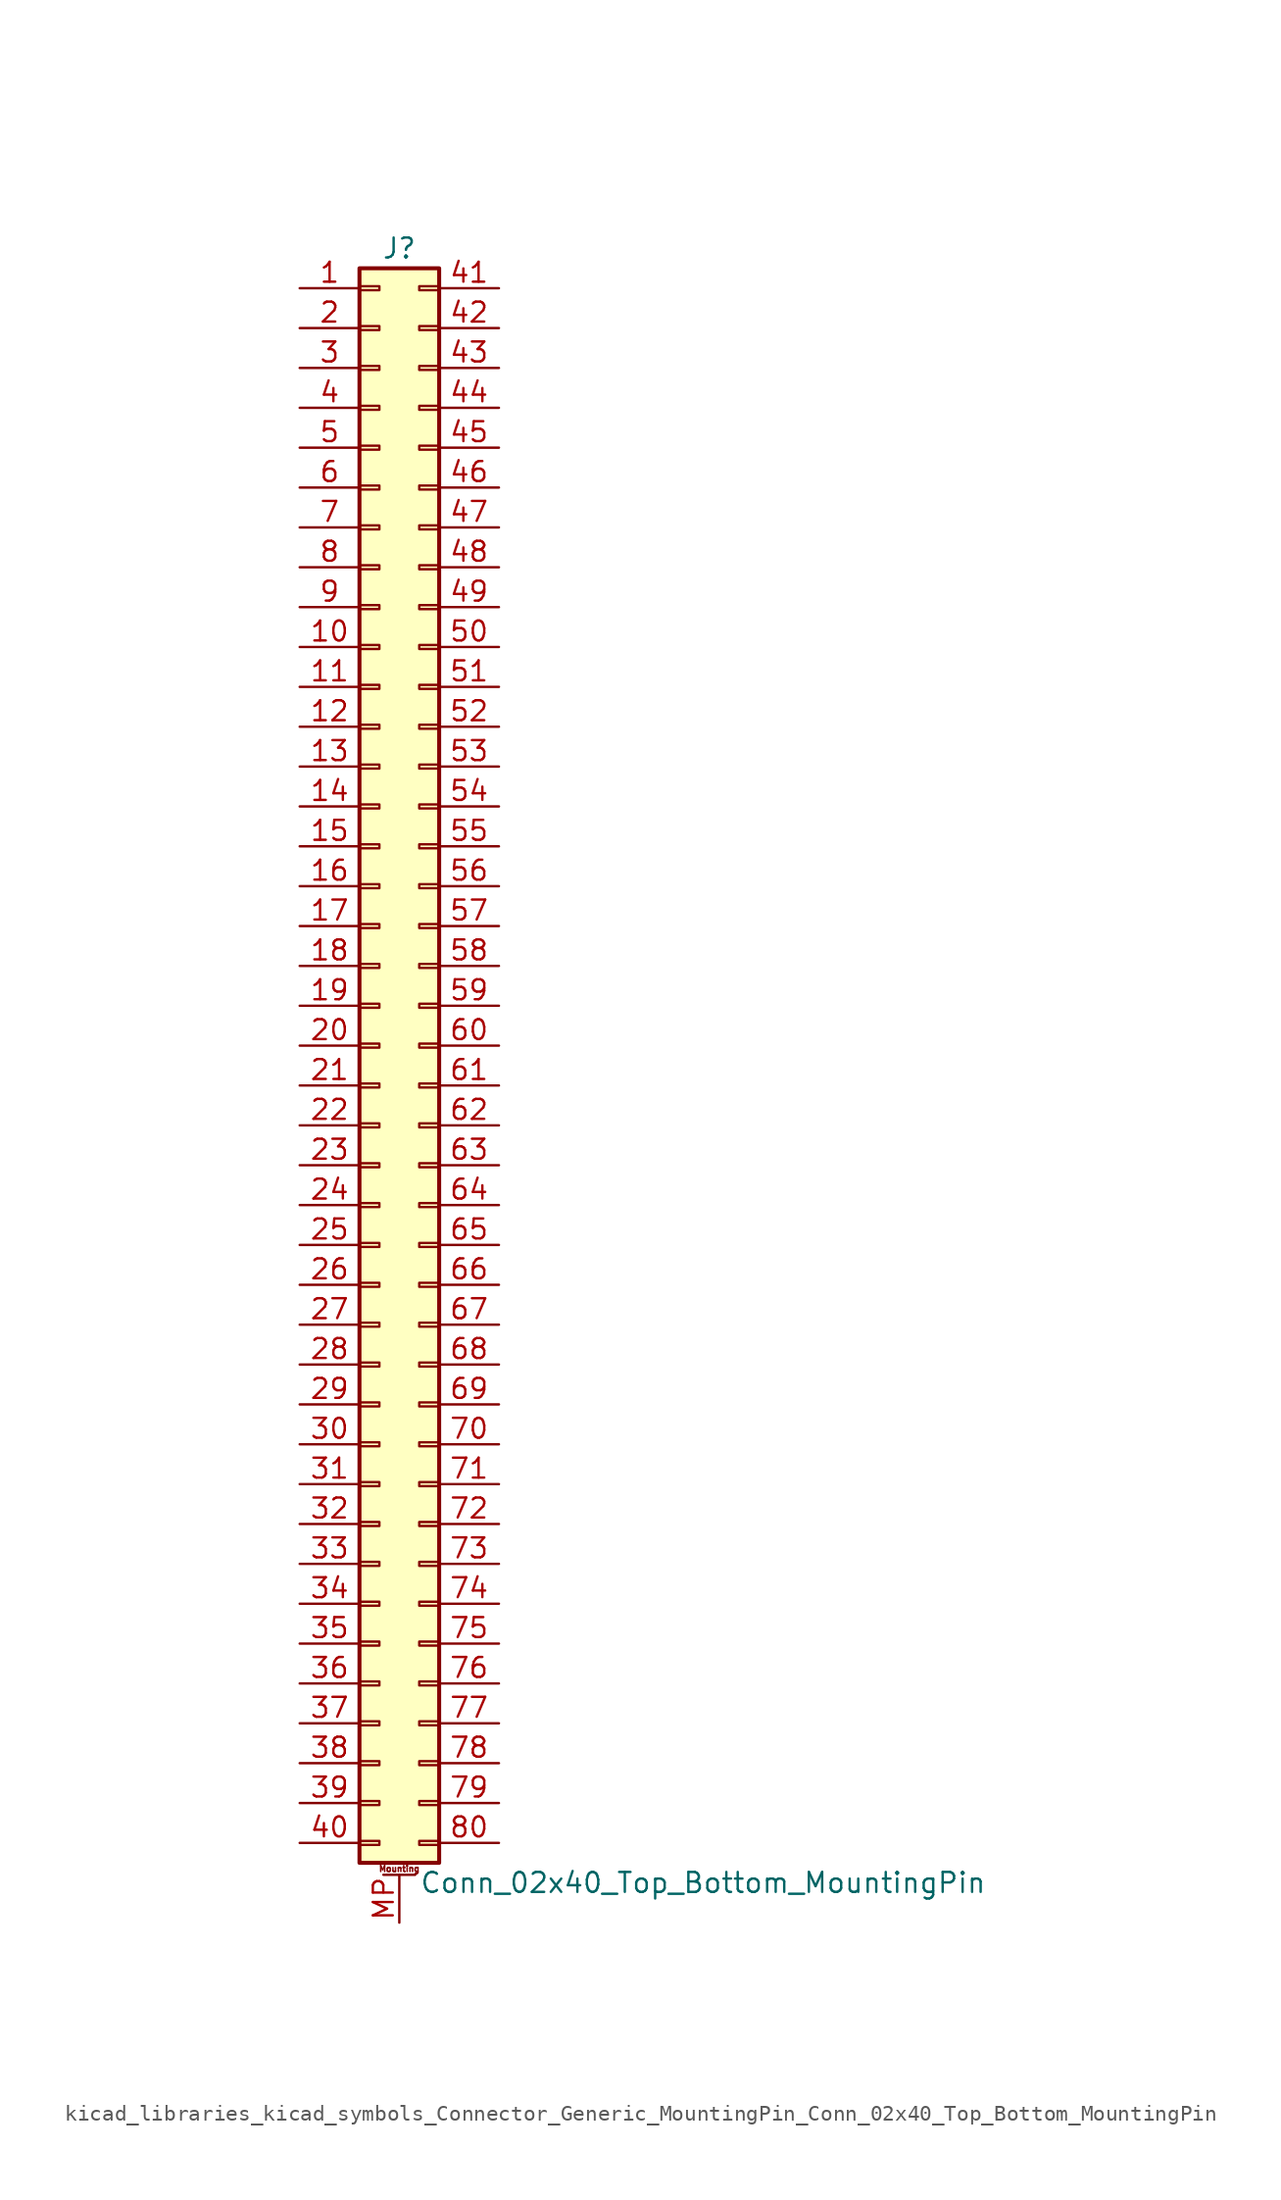
<source format=kicad_sym>
(kicad_symbol_lib
  (version 20220914)
  (generator kicad_symbol_editor)
  (symbol "kicad_libraries_kicad_symbols_Connector_Generic_MountingPin_Conn_02x40_Top_Bottom_MountingPin"
    (pin_names
      (offset 1.016) hide)
    (property "Reference" "J"
      (at 1.27 50.8 0)
      (effects (font (size 1.27 1.27))))
    (property "Value" "Conn_02x40_Top_Bottom_MountingPin"
      (at 2.54 -53.34 0)
      (effects (font (size 1.27 1.27)) (justify left)))
    (symbol "kicad_libraries_kicad_symbols_Connector_Generic_MountingPin_Conn_02x40_Top_Bottom_MountingPin_1_1"
      (rectangle (start -1.27 -50.673) (end 0 -50.927) (stroke (width 0.152) (type default)) (fill (type none)))
      (rectangle (start -1.27 -48.133) (end 0 -48.387) (stroke (width 0.152) (type default)) (fill (type none)))
      (rectangle (start -1.27 -45.593) (end 0 -45.847) (stroke (width 0.152) (type default)) (fill (type none)))
      (rectangle (start -1.27 -43.053) (end 0 -43.307) (stroke (width 0.152) (type default)) (fill (type none)))
      (rectangle (start -1.27 -40.513) (end 0 -40.767) (stroke (width 0.152) (type default)) (fill (type none)))
      (rectangle (start -1.27 -37.973) (end 0 -38.227) (stroke (width 0.152) (type default)) (fill (type none)))
      (rectangle (start -1.27 -35.433) (end 0 -35.687) (stroke (width 0.152) (type default)) (fill (type none)))
      (rectangle (start -1.27 -32.893) (end 0 -33.147) (stroke (width 0.152) (type default)) (fill (type none)))
      (rectangle (start -1.27 -30.353) (end 0 -30.607) (stroke (width 0.152) (type default)) (fill (type none)))
      (rectangle (start -1.27 -27.813) (end 0 -28.067) (stroke (width 0.152) (type default)) (fill (type none)))
      (rectangle (start -1.27 -25.273) (end 0 -25.527) (stroke (width 0.152) (type default)) (fill (type none)))
      (rectangle (start -1.27 -22.733) (end 0 -22.987) (stroke (width 0.152) (type default)) (fill (type none)))
      (rectangle (start -1.27 -20.193) (end 0 -20.447) (stroke (width 0.152) (type default)) (fill (type none)))
      (rectangle (start -1.27 -17.653) (end 0 -17.907) (stroke (width 0.152) (type default)) (fill (type none)))
      (rectangle (start -1.27 -15.113) (end 0 -15.367) (stroke (width 0.152) (type default)) (fill (type none)))
      (rectangle (start -1.27 -12.573) (end 0 -12.827) (stroke (width 0.152) (type default)) (fill (type none)))
      (rectangle (start -1.27 -10.033) (end 0 -10.287) (stroke (width 0.152) (type default)) (fill (type none)))
      (rectangle (start -1.27 -7.493) (end 0 -7.747) (stroke (width 0.152) (type default)) (fill (type none)))
      (rectangle (start -1.27 -4.953) (end 0 -5.207) (stroke (width 0.152) (type default)) (fill (type none)))
      (rectangle (start -1.27 -2.413) (end 0 -2.667) (stroke (width 0.152) (type default)) (fill (type none)))
      (rectangle (start -1.27 0.127) (end 0 -0.127) (stroke (width 0.152) (type default)) (fill (type none)))
      (rectangle (start -1.27 2.667) (end 0 2.413) (stroke (width 0.152) (type default)) (fill (type none)))
      (rectangle (start -1.27 5.207) (end 0 4.953) (stroke (width 0.152) (type default)) (fill (type none)))
      (rectangle (start -1.27 7.747) (end 0 7.493) (stroke (width 0.152) (type default)) (fill (type none)))
      (rectangle (start -1.27 10.287) (end 0 10.033) (stroke (width 0.152) (type default)) (fill (type none)))
      (rectangle (start -1.27 12.827) (end 0 12.573) (stroke (width 0.152) (type default)) (fill (type none)))
      (rectangle (start -1.27 15.367) (end 0 15.113) (stroke (width 0.152) (type default)) (fill (type none)))
      (rectangle (start -1.27 17.907) (end 0 17.653) (stroke (width 0.152) (type default)) (fill (type none)))
      (rectangle (start -1.27 20.447) (end 0 20.193) (stroke (width 0.152) (type default)) (fill (type none)))
      (rectangle (start -1.27 22.987) (end 0 22.733) (stroke (width 0.152) (type default)) (fill (type none)))
      (rectangle (start -1.27 25.527) (end 0 25.273) (stroke (width 0.152) (type default)) (fill (type none)))
      (rectangle (start -1.27 28.067) (end 0 27.813) (stroke (width 0.152) (type default)) (fill (type none)))
      (rectangle (start -1.27 30.607) (end 0 30.353) (stroke (width 0.152) (type default)) (fill (type none)))
      (rectangle (start -1.27 33.147) (end 0 32.893) (stroke (width 0.152) (type default)) (fill (type none)))
      (rectangle (start -1.27 35.687) (end 0 35.433) (stroke (width 0.152) (type default)) (fill (type none)))
      (rectangle (start -1.27 38.227) (end 0 37.973) (stroke (width 0.152) (type default)) (fill (type none)))
      (rectangle (start -1.27 40.767) (end 0 40.513) (stroke (width 0.152) (type default)) (fill (type none)))
      (rectangle (start -1.27 43.307) (end 0 43.053) (stroke (width 0.152) (type default)) (fill (type none)))
      (rectangle (start -1.27 45.847) (end 0 45.593) (stroke (width 0.152) (type default)) (fill (type none)))
      (rectangle (start -1.27 48.387) (end 0 48.133) (stroke (width 0.152) (type default)) (fill (type none)))
      (rectangle (start -1.27 49.53) (end 3.81 -52.07) (stroke (width 0.254) (type default)) (fill (type background)))
      (polyline (pts (xy 0.254 -52.832) (xy 2.286 -52.832)) (stroke (width 0.152) (type default)) (fill (type none)))
      (rectangle (start 3.81 -50.673) (end 2.54 -50.927) (stroke (width 0.152) (type default)) (fill (type none)))
      (rectangle (start 3.81 -48.133) (end 2.54 -48.387) (stroke (width 0.152) (type default)) (fill (type none)))
      (rectangle (start 3.81 -45.593) (end 2.54 -45.847) (stroke (width 0.152) (type default)) (fill (type none)))
      (rectangle (start 3.81 -43.053) (end 2.54 -43.307) (stroke (width 0.152) (type default)) (fill (type none)))
      (rectangle (start 3.81 -40.513) (end 2.54 -40.767) (stroke (width 0.152) (type default)) (fill (type none)))
      (rectangle (start 3.81 -37.973) (end 2.54 -38.227) (stroke (width 0.152) (type default)) (fill (type none)))
      (rectangle (start 3.81 -35.433) (end 2.54 -35.687) (stroke (width 0.152) (type default)) (fill (type none)))
      (rectangle (start 3.81 -32.893) (end 2.54 -33.147) (stroke (width 0.152) (type default)) (fill (type none)))
      (rectangle (start 3.81 -30.353) (end 2.54 -30.607) (stroke (width 0.152) (type default)) (fill (type none)))
      (rectangle (start 3.81 -27.813) (end 2.54 -28.067) (stroke (width 0.152) (type default)) (fill (type none)))
      (rectangle (start 3.81 -25.273) (end 2.54 -25.527) (stroke (width 0.152) (type default)) (fill (type none)))
      (rectangle (start 3.81 -22.733) (end 2.54 -22.987) (stroke (width 0.152) (type default)) (fill (type none)))
      (rectangle (start 3.81 -20.193) (end 2.54 -20.447) (stroke (width 0.152) (type default)) (fill (type none)))
      (rectangle (start 3.81 -17.653) (end 2.54 -17.907) (stroke (width 0.152) (type default)) (fill (type none)))
      (rectangle (start 3.81 -15.113) (end 2.54 -15.367) (stroke (width 0.152) (type default)) (fill (type none)))
      (rectangle (start 3.81 -12.573) (end 2.54 -12.827) (stroke (width 0.152) (type default)) (fill (type none)))
      (rectangle (start 3.81 -10.033) (end 2.54 -10.287) (stroke (width 0.152) (type default)) (fill (type none)))
      (rectangle (start 3.81 -7.493) (end 2.54 -7.747) (stroke (width 0.152) (type default)) (fill (type none)))
      (rectangle (start 3.81 -4.953) (end 2.54 -5.207) (stroke (width 0.152) (type default)) (fill (type none)))
      (rectangle (start 3.81 -2.413) (end 2.54 -2.667) (stroke (width 0.152) (type default)) (fill (type none)))
      (rectangle (start 3.81 0.127) (end 2.54 -0.127) (stroke (width 0.152) (type default)) (fill (type none)))
      (rectangle (start 3.81 2.667) (end 2.54 2.413) (stroke (width 0.152) (type default)) (fill (type none)))
      (rectangle (start 3.81 5.207) (end 2.54 4.953) (stroke (width 0.152) (type default)) (fill (type none)))
      (rectangle (start 3.81 7.747) (end 2.54 7.493) (stroke (width 0.152) (type default)) (fill (type none)))
      (rectangle (start 3.81 10.287) (end 2.54 10.033) (stroke (width 0.152) (type default)) (fill (type none)))
      (rectangle (start 3.81 12.827) (end 2.54 12.573) (stroke (width 0.152) (type default)) (fill (type none)))
      (rectangle (start 3.81 15.367) (end 2.54 15.113) (stroke (width 0.152) (type default)) (fill (type none)))
      (rectangle (start 3.81 17.907) (end 2.54 17.653) (stroke (width 0.152) (type default)) (fill (type none)))
      (rectangle (start 3.81 20.447) (end 2.54 20.193) (stroke (width 0.152) (type default)) (fill (type none)))
      (rectangle (start 3.81 22.987) (end 2.54 22.733) (stroke (width 0.152) (type default)) (fill (type none)))
      (rectangle (start 3.81 25.527) (end 2.54 25.273) (stroke (width 0.152) (type default)) (fill (type none)))
      (rectangle (start 3.81 28.067) (end 2.54 27.813) (stroke (width 0.152) (type default)) (fill (type none)))
      (rectangle (start 3.81 30.607) (end 2.54 30.353) (stroke (width 0.152) (type default)) (fill (type none)))
      (rectangle (start 3.81 33.147) (end 2.54 32.893) (stroke (width 0.152) (type default)) (fill (type none)))
      (rectangle (start 3.81 35.687) (end 2.54 35.433) (stroke (width 0.152) (type default)) (fill (type none)))
      (rectangle (start 3.81 38.227) (end 2.54 37.973) (stroke (width 0.152) (type default)) (fill (type none)))
      (rectangle (start 3.81 40.767) (end 2.54 40.513) (stroke (width 0.152) (type default)) (fill (type none)))
      (rectangle (start 3.81 43.307) (end 2.54 43.053) (stroke (width 0.152) (type default)) (fill (type none)))
      (rectangle (start 3.81 45.847) (end 2.54 45.593) (stroke (width 0.152) (type default)) (fill (type none)))
      (rectangle (start 3.81 48.387) (end 2.54 48.133) (stroke (width 0.152) (type default)) (fill (type none)))
      (text "Mounting" (at 1.27 -52.451 0) (effects (font (size 0.381 0.381))))
      (pin passive line (at -5.08 48.26 0) (length 3.81) (name "Pin_1" (effects (font (size 1.27 1.27)))) (number "1" (effects (font (size 1.27 1.27)))))
      (pin passive line (at -5.08 25.4 0) (length 3.81) (name "Pin_10" (effects (font (size 1.27 1.27)))) (number "10" (effects (font (size 1.27 1.27)))))
      (pin passive line (at -5.08 22.86 0) (length 3.81) (name "Pin_11" (effects (font (size 1.27 1.27)))) (number "11" (effects (font (size 1.27 1.27)))))
      (pin passive line (at -5.08 20.32 0) (length 3.81) (name "Pin_12" (effects (font (size 1.27 1.27)))) (number "12" (effects (font (size 1.27 1.27)))))
      (pin passive line (at -5.08 17.78 0) (length 3.81) (name "Pin_13" (effects (font (size 1.27 1.27)))) (number "13" (effects (font (size 1.27 1.27)))))
      (pin passive line (at -5.08 15.24 0) (length 3.81) (name "Pin_14" (effects (font (size 1.27 1.27)))) (number "14" (effects (font (size 1.27 1.27)))))
      (pin passive line (at -5.08 12.7 0) (length 3.81) (name "Pin_15" (effects (font (size 1.27 1.27)))) (number "15" (effects (font (size 1.27 1.27)))))
      (pin passive line (at -5.08 10.16 0) (length 3.81) (name "Pin_16" (effects (font (size 1.27 1.27)))) (number "16" (effects (font (size 1.27 1.27)))))
      (pin passive line (at -5.08 7.62 0) (length 3.81) (name "Pin_17" (effects (font (size 1.27 1.27)))) (number "17" (effects (font (size 1.27 1.27)))))
      (pin passive line (at -5.08 5.08 0) (length 3.81) (name "Pin_18" (effects (font (size 1.27 1.27)))) (number "18" (effects (font (size 1.27 1.27)))))
      (pin passive line (at -5.08 2.54 0) (length 3.81) (name "Pin_19" (effects (font (size 1.27 1.27)))) (number "19" (effects (font (size 1.27 1.27)))))
      (pin passive line (at -5.08 45.72 0) (length 3.81) (name "Pin_2" (effects (font (size 1.27 1.27)))) (number "2" (effects (font (size 1.27 1.27)))))
      (pin passive line (at -5.08 0 0) (length 3.81) (name "Pin_20" (effects (font (size 1.27 1.27)))) (number "20" (effects (font (size 1.27 1.27)))))
      (pin passive line (at -5.08 -2.54 0) (length 3.81) (name "Pin_21" (effects (font (size 1.27 1.27)))) (number "21" (effects (font (size 1.27 1.27)))))
      (pin passive line (at -5.08 -5.08 0) (length 3.81) (name "Pin_22" (effects (font (size 1.27 1.27)))) (number "22" (effects (font (size 1.27 1.27)))))
      (pin passive line (at -5.08 -7.62 0) (length 3.81) (name "Pin_23" (effects (font (size 1.27 1.27)))) (number "23" (effects (font (size 1.27 1.27)))))
      (pin passive line (at -5.08 -10.16 0) (length 3.81) (name "Pin_24" (effects (font (size 1.27 1.27)))) (number "24" (effects (font (size 1.27 1.27)))))
      (pin passive line (at -5.08 -12.7 0) (length 3.81) (name "Pin_25" (effects (font (size 1.27 1.27)))) (number "25" (effects (font (size 1.27 1.27)))))
      (pin passive line (at -5.08 -15.24 0) (length 3.81) (name "Pin_26" (effects (font (size 1.27 1.27)))) (number "26" (effects (font (size 1.27 1.27)))))
      (pin passive line (at -5.08 -17.78 0) (length 3.81) (name "Pin_27" (effects (font (size 1.27 1.27)))) (number "27" (effects (font (size 1.27 1.27)))))
      (pin passive line (at -5.08 -20.32 0) (length 3.81) (name "Pin_28" (effects (font (size 1.27 1.27)))) (number "28" (effects (font (size 1.27 1.27)))))
      (pin passive line (at -5.08 -22.86 0) (length 3.81) (name "Pin_29" (effects (font (size 1.27 1.27)))) (number "29" (effects (font (size 1.27 1.27)))))
      (pin passive line (at -5.08 43.18 0) (length 3.81) (name "Pin_3" (effects (font (size 1.27 1.27)))) (number "3" (effects (font (size 1.27 1.27)))))
      (pin passive line (at -5.08 -25.4 0) (length 3.81) (name "Pin_30" (effects (font (size 1.27 1.27)))) (number "30" (effects (font (size 1.27 1.27)))))
      (pin passive line (at -5.08 -27.94 0) (length 3.81) (name "Pin_31" (effects (font (size 1.27 1.27)))) (number "31" (effects (font (size 1.27 1.27)))))
      (pin passive line (at -5.08 -30.48 0) (length 3.81) (name "Pin_32" (effects (font (size 1.27 1.27)))) (number "32" (effects (font (size 1.27 1.27)))))
      (pin passive line (at -5.08 -33.02 0) (length 3.81) (name "Pin_33" (effects (font (size 1.27 1.27)))) (number "33" (effects (font (size 1.27 1.27)))))
      (pin passive line (at -5.08 -35.56 0) (length 3.81) (name "Pin_34" (effects (font (size 1.27 1.27)))) (number "34" (effects (font (size 1.27 1.27)))))
      (pin passive line (at -5.08 -38.1 0) (length 3.81) (name "Pin_35" (effects (font (size 1.27 1.27)))) (number "35" (effects (font (size 1.27 1.27)))))
      (pin passive line (at -5.08 -40.64 0) (length 3.81) (name "Pin_36" (effects (font (size 1.27 1.27)))) (number "36" (effects (font (size 1.27 1.27)))))
      (pin passive line (at -5.08 -43.18 0) (length 3.81) (name "Pin_37" (effects (font (size 1.27 1.27)))) (number "37" (effects (font (size 1.27 1.27)))))
      (pin passive line (at -5.08 -45.72 0) (length 3.81) (name "Pin_38" (effects (font (size 1.27 1.27)))) (number "38" (effects (font (size 1.27 1.27)))))
      (pin passive line (at -5.08 -48.26 0) (length 3.81) (name "Pin_39" (effects (font (size 1.27 1.27)))) (number "39" (effects (font (size 1.27 1.27)))))
      (pin passive line (at -5.08 40.64 0) (length 3.81) (name "Pin_4" (effects (font (size 1.27 1.27)))) (number "4" (effects (font (size 1.27 1.27)))))
      (pin passive line (at -5.08 -50.8 0) (length 3.81) (name "Pin_40" (effects (font (size 1.27 1.27)))) (number "40" (effects (font (size 1.27 1.27)))))
      (pin passive line (at 7.62 48.26 180) (length 3.81) (name "Pin_41" (effects (font (size 1.27 1.27)))) (number "41" (effects (font (size 1.27 1.27)))))
      (pin passive line (at 7.62 45.72 180) (length 3.81) (name "Pin_42" (effects (font (size 1.27 1.27)))) (number "42" (effects (font (size 1.27 1.27)))))
      (pin passive line (at 7.62 43.18 180) (length 3.81) (name "Pin_43" (effects (font (size 1.27 1.27)))) (number "43" (effects (font (size 1.27 1.27)))))
      (pin passive line (at 7.62 40.64 180) (length 3.81) (name "Pin_44" (effects (font (size 1.27 1.27)))) (number "44" (effects (font (size 1.27 1.27)))))
      (pin passive line (at 7.62 38.1 180) (length 3.81) (name "Pin_45" (effects (font (size 1.27 1.27)))) (number "45" (effects (font (size 1.27 1.27)))))
      (pin passive line (at 7.62 35.56 180) (length 3.81) (name "Pin_46" (effects (font (size 1.27 1.27)))) (number "46" (effects (font (size 1.27 1.27)))))
      (pin passive line (at 7.62 33.02 180) (length 3.81) (name "Pin_47" (effects (font (size 1.27 1.27)))) (number "47" (effects (font (size 1.27 1.27)))))
      (pin passive line (at 7.62 30.48 180) (length 3.81) (name "Pin_48" (effects (font (size 1.27 1.27)))) (number "48" (effects (font (size 1.27 1.27)))))
      (pin passive line (at 7.62 27.94 180) (length 3.81) (name "Pin_49" (effects (font (size 1.27 1.27)))) (number "49" (effects (font (size 1.27 1.27)))))
      (pin passive line (at -5.08 38.1 0) (length 3.81) (name "Pin_5" (effects (font (size 1.27 1.27)))) (number "5" (effects (font (size 1.27 1.27)))))
      (pin passive line (at 7.62 25.4 180) (length 3.81) (name "Pin_50" (effects (font (size 1.27 1.27)))) (number "50" (effects (font (size 1.27 1.27)))))
      (pin passive line (at 7.62 22.86 180) (length 3.81) (name "Pin_51" (effects (font (size 1.27 1.27)))) (number "51" (effects (font (size 1.27 1.27)))))
      (pin passive line (at 7.62 20.32 180) (length 3.81) (name "Pin_52" (effects (font (size 1.27 1.27)))) (number "52" (effects (font (size 1.27 1.27)))))
      (pin passive line (at 7.62 17.78 180) (length 3.81) (name "Pin_53" (effects (font (size 1.27 1.27)))) (number "53" (effects (font (size 1.27 1.27)))))
      (pin passive line (at 7.62 15.24 180) (length 3.81) (name "Pin_54" (effects (font (size 1.27 1.27)))) (number "54" (effects (font (size 1.27 1.27)))))
      (pin passive line (at 7.62 12.7 180) (length 3.81) (name "Pin_55" (effects (font (size 1.27 1.27)))) (number "55" (effects (font (size 1.27 1.27)))))
      (pin passive line (at 7.62 10.16 180) (length 3.81) (name "Pin_56" (effects (font (size 1.27 1.27)))) (number "56" (effects (font (size 1.27 1.27)))))
      (pin passive line (at 7.62 7.62 180) (length 3.81) (name "Pin_57" (effects (font (size 1.27 1.27)))) (number "57" (effects (font (size 1.27 1.27)))))
      (pin passive line (at 7.62 5.08 180) (length 3.81) (name "Pin_58" (effects (font (size 1.27 1.27)))) (number "58" (effects (font (size 1.27 1.27)))))
      (pin passive line (at 7.62 2.54 180) (length 3.81) (name "Pin_59" (effects (font (size 1.27 1.27)))) (number "59" (effects (font (size 1.27 1.27)))))
      (pin passive line (at -5.08 35.56 0) (length 3.81) (name "Pin_6" (effects (font (size 1.27 1.27)))) (number "6" (effects (font (size 1.27 1.27)))))
      (pin passive line (at 7.62 0 180) (length 3.81) (name "Pin_60" (effects (font (size 1.27 1.27)))) (number "60" (effects (font (size 1.27 1.27)))))
      (pin passive line (at 7.62 -2.54 180) (length 3.81) (name "Pin_61" (effects (font (size 1.27 1.27)))) (number "61" (effects (font (size 1.27 1.27)))))
      (pin passive line (at 7.62 -5.08 180) (length 3.81) (name "Pin_62" (effects (font (size 1.27 1.27)))) (number "62" (effects (font (size 1.27 1.27)))))
      (pin passive line (at 7.62 -7.62 180) (length 3.81) (name "Pin_63" (effects (font (size 1.27 1.27)))) (number "63" (effects (font (size 1.27 1.27)))))
      (pin passive line (at 7.62 -10.16 180) (length 3.81) (name "Pin_64" (effects (font (size 1.27 1.27)))) (number "64" (effects (font (size 1.27 1.27)))))
      (pin passive line (at 7.62 -12.7 180) (length 3.81) (name "Pin_65" (effects (font (size 1.27 1.27)))) (number "65" (effects (font (size 1.27 1.27)))))
      (pin passive line (at 7.62 -15.24 180) (length 3.81) (name "Pin_66" (effects (font (size 1.27 1.27)))) (number "66" (effects (font (size 1.27 1.27)))))
      (pin passive line (at 7.62 -17.78 180) (length 3.81) (name "Pin_67" (effects (font (size 1.27 1.27)))) (number "67" (effects (font (size 1.27 1.27)))))
      (pin passive line (at 7.62 -20.32 180) (length 3.81) (name "Pin_68" (effects (font (size 1.27 1.27)))) (number "68" (effects (font (size 1.27 1.27)))))
      (pin passive line (at 7.62 -22.86 180) (length 3.81) (name "Pin_69" (effects (font (size 1.27 1.27)))) (number "69" (effects (font (size 1.27 1.27)))))
      (pin passive line (at -5.08 33.02 0) (length 3.81) (name "Pin_7" (effects (font (size 1.27 1.27)))) (number "7" (effects (font (size 1.27 1.27)))))
      (pin passive line (at 7.62 -25.4 180) (length 3.81) (name "Pin_70" (effects (font (size 1.27 1.27)))) (number "70" (effects (font (size 1.27 1.27)))))
      (pin passive line (at 7.62 -27.94 180) (length 3.81) (name "Pin_71" (effects (font (size 1.27 1.27)))) (number "71" (effects (font (size 1.27 1.27)))))
      (pin passive line (at 7.62 -30.48 180) (length 3.81) (name "Pin_72" (effects (font (size 1.27 1.27)))) (number "72" (effects (font (size 1.27 1.27)))))
      (pin passive line (at 7.62 -33.02 180) (length 3.81) (name "Pin_73" (effects (font (size 1.27 1.27)))) (number "73" (effects (font (size 1.27 1.27)))))
      (pin passive line (at 7.62 -35.56 180) (length 3.81) (name "Pin_74" (effects (font (size 1.27 1.27)))) (number "74" (effects (font (size 1.27 1.27)))))
      (pin passive line (at 7.62 -38.1 180) (length 3.81) (name "Pin_75" (effects (font (size 1.27 1.27)))) (number "75" (effects (font (size 1.27 1.27)))))
      (pin passive line (at 7.62 -40.64 180) (length 3.81) (name "Pin_76" (effects (font (size 1.27 1.27)))) (number "76" (effects (font (size 1.27 1.27)))))
      (pin passive line (at 7.62 -43.18 180) (length 3.81) (name "Pin_77" (effects (font (size 1.27 1.27)))) (number "77" (effects (font (size 1.27 1.27)))))
      (pin passive line (at 7.62 -45.72 180) (length 3.81) (name "Pin_78" (effects (font (size 1.27 1.27)))) (number "78" (effects (font (size 1.27 1.27)))))
      (pin passive line (at 7.62 -48.26 180) (length 3.81) (name "Pin_79" (effects (font (size 1.27 1.27)))) (number "79" (effects (font (size 1.27 1.27)))))
      (pin passive line (at -5.08 30.48 0) (length 3.81) (name "Pin_8" (effects (font (size 1.27 1.27)))) (number "8" (effects (font (size 1.27 1.27)))))
      (pin passive line (at 7.62 -50.8 180) (length 3.81) (name "Pin_80" (effects (font (size 1.27 1.27)))) (number "80" (effects (font (size 1.27 1.27)))))
      (pin passive line (at -5.08 27.94 0) (length 3.81) (name "Pin_9" (effects (font (size 1.27 1.27)))) (number "9" (effects (font (size 1.27 1.27)))))
      (pin passive line (at 1.27 -55.88 90) (length 3.048) (name "MountPin" (effects (font (size 1.27 1.27)))) (number "MP" (effects (font (size 1.27 1.27))))))))
</source>
